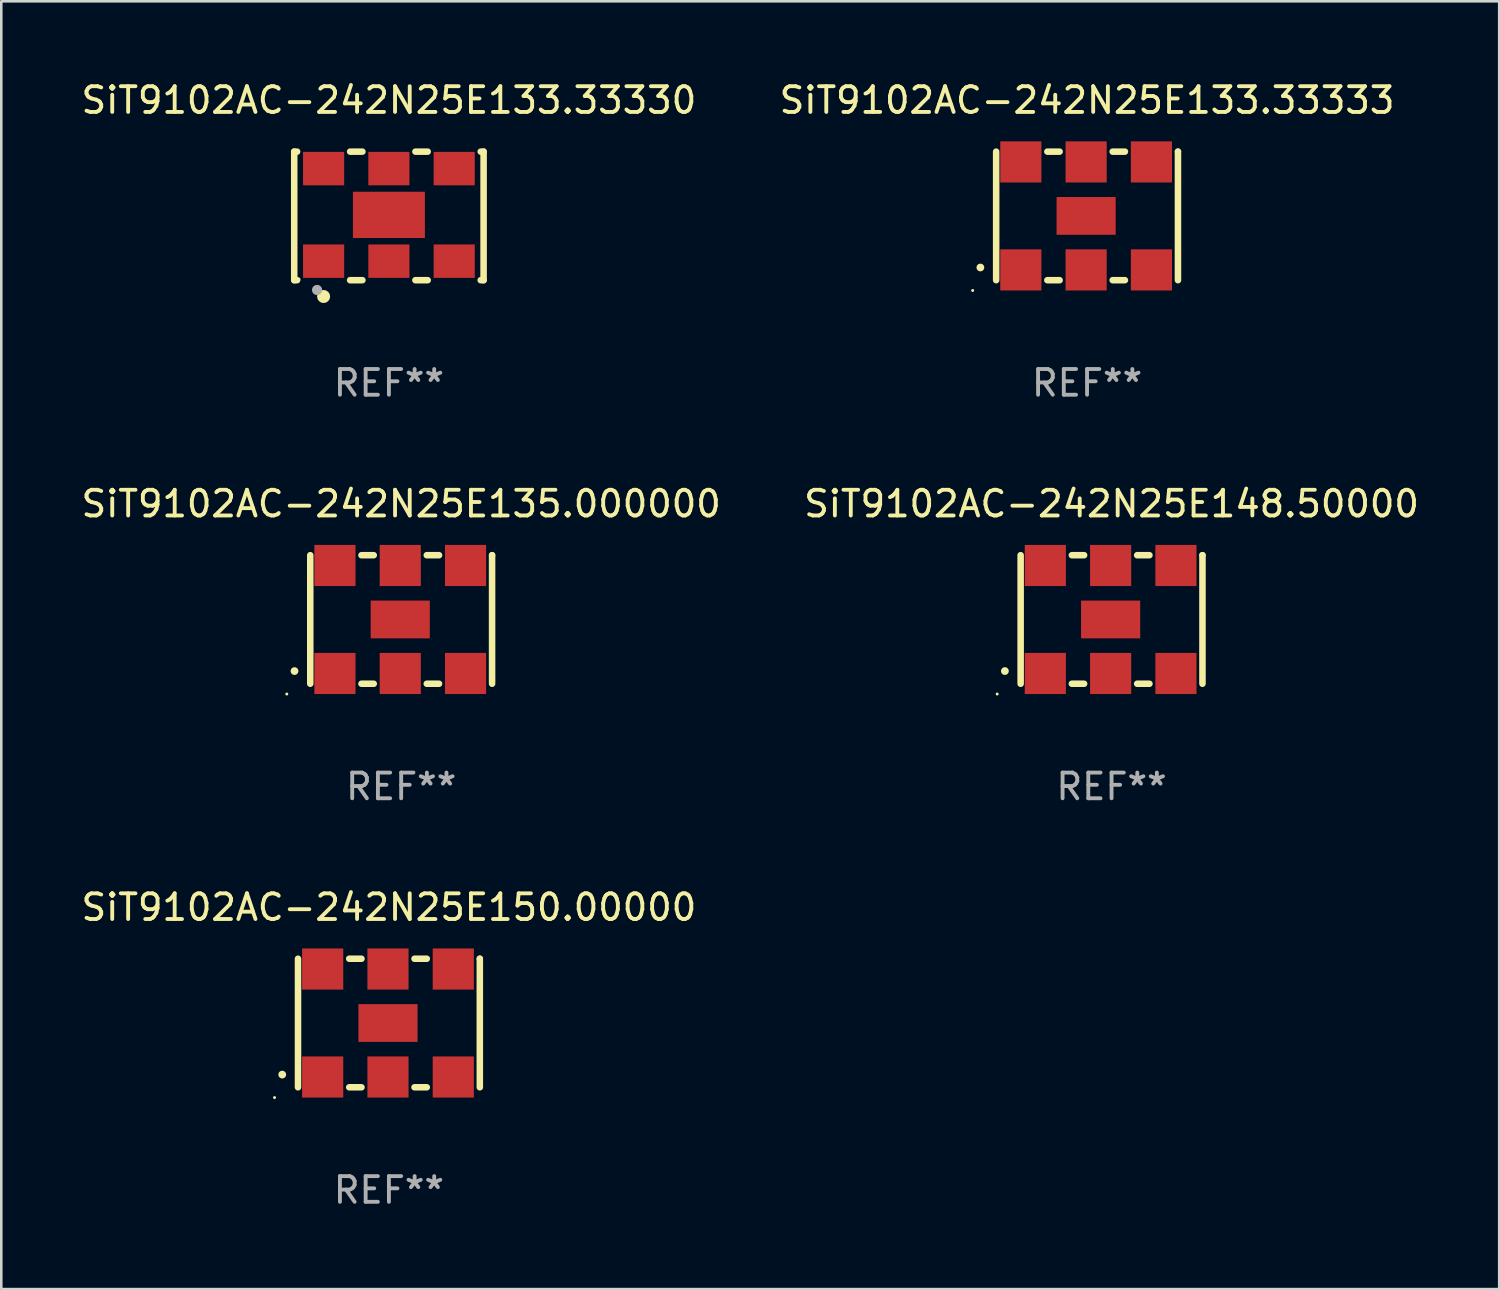
<source format=kicad_pcb>
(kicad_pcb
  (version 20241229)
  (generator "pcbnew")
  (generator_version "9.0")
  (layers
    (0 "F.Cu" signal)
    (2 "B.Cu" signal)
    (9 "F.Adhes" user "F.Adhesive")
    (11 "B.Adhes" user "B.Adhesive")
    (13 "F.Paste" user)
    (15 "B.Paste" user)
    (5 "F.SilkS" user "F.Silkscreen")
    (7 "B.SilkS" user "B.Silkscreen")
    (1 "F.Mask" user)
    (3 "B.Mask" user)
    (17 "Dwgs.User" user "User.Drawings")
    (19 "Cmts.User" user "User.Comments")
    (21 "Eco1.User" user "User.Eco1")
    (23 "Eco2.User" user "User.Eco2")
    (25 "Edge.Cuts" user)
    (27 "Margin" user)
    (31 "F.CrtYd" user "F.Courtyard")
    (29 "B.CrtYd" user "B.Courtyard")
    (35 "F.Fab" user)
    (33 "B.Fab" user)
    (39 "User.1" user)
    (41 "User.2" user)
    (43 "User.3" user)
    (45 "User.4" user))
  (footprint "SiT9102AC-242N25E133.33330"
    (layer "F.Cu")
    (at 12.077 5.348)
    (property "Reference" "SiT9102AC-242N25E133.33330" (at 0 -4.5 0) (layer "F.SilkS") (effects (font (size 1 1) (thickness 0.15))))
    (attr through_hole)
    (fp_line (start -3.683 -2.5) (end -3.571 -2.5) (stroke (width 0.254) (type solid)) (layer "F.SilkS"))
    (fp_line (start -3.683 2.5) (end -3.683 -2.5) (stroke (width 0.254) (type solid)) (layer "F.SilkS"))
    (fp_line (start -3.683 2.5) (end -3.571 2.5) (stroke (width 0.254) (type solid)) (layer "F.SilkS"))
    (fp_line (start -1.509 -2.5) (end -1.031 -2.5) (stroke (width 0.254) (type solid)) (layer "F.SilkS"))
    (fp_line (start -1.509 2.5) (end -1.031 2.5) (stroke (width 0.254) (type solid)) (layer "F.SilkS"))
    (fp_line (start 1.031 -2.5) (end 1.509 -2.5) (stroke (width 0.254) (type solid)) (layer "F.SilkS"))
    (fp_line (start 1.031 2.5) (end 1.509 2.5) (stroke (width 0.254) (type solid)) (layer "F.SilkS"))
    (fp_line (start 3.571 -2.5) (end 3.683 -2.5) (stroke (width 0.254) (type solid)) (layer "F.SilkS"))
    (fp_line (start 3.571 2.5) (end 3.683 2.5) (stroke (width 0.254) (type solid)) (layer "F.SilkS"))
    (fp_line (start 3.683 2.5) (end 3.683 -2.5) (stroke (width 0.254) (type solid)) (layer "F.SilkS"))
    (fp_circle (center -3.5 2.46) (end -3.47 2.46) (stroke (width 0.06) (type solid)) (fill no) (layer "F.SilkS"))
    (fp_circle (center -2.54 3.135) (end -2.413 3.135) (stroke (width 0.254) (type solid)) (fill no) (layer "F.SilkS"))
    (fp_circle (center -2.794 2.881) (end -2.694 2.881) (stroke (width 0.2) (type solid)) (fill no) (layer "F.Fab"))
    (fp_text user "REF**" (at 0 6.5 0) (layer "F.Fab") (effects (font (size 1 1) (thickness 0.15))))
    (pad "1" smd rect (at -2.54 1.76) (size 1.6 1.3) (layers "F.Cu" "F.Mask" "F.Paste"))
    (pad "2" smd rect (at 0 1.76) (size 1.6 1.3) (layers "F.Cu" "F.Mask" "F.Paste"))
    (pad "3" smd rect (at 2.54 1.76) (size 1.6 1.3) (layers "F.Cu" "F.Mask" "F.Paste"))
    (pad "4" smd rect (at 2.54 -1.84) (size 1.6 1.3) (layers "F.Cu" "F.Mask" "F.Paste"))
    (pad "5" smd rect (at 0 -1.84) (size 1.6 1.3) (layers "F.Cu" "F.Mask" "F.Paste"))
    (pad "6" smd rect (at -2.54 -1.84) (size 1.6 1.3) (layers "F.Cu" "F.Mask" "F.Paste"))
    (pad "7" smd rect (at 0 -0.04) (size 2.8 1.8) (layers "F.Cu" "F.Mask" "F.Paste")))
  (footprint "SiT9102AC-242N25E135.000000"
    (layer "F.Cu")
    (at 12.554 21.045)
    (property "Reference" "SiT9102AC-242N25E135.000000" (at 0 -4.5 0) (layer "F.SilkS") (effects (font (size 1 1) (thickness 0.15))))
    (attr through_hole)
    (fp_line (start -3.536 -2.5) (end -3.536 2.5) (stroke (width 0.254) (type solid)) (layer "F.SilkS"))
    (fp_line (start -1.544 2.5) (end -1.067 2.5) (stroke (width 0.254) (type solid)) (layer "F.SilkS"))
    (fp_line (start -1.067 -2.5) (end -1.544 -2.5) (stroke (width 0.254) (type solid)) (layer "F.SilkS"))
    (fp_line (start 0.996 2.5) (end 1.473 2.5) (stroke (width 0.254) (type solid)) (layer "F.SilkS"))
    (fp_line (start 1.473 -2.5) (end 0.996 -2.5) (stroke (width 0.254) (type solid)) (layer "F.SilkS"))
    (fp_line (start 3.536 -2.5) (end 3.536 -2.5) (stroke (width 0.254) (type solid)) (layer "F.SilkS"))
    (fp_line (start 3.536 2.5) (end 3.536 -2.5) (stroke (width 0.254) (type solid)) (layer "F.SilkS"))
    (fp_arc (start -4.150432 2.006604) (mid -4.149162 2.006599) (end -4.147892 2.006604) (stroke (width 0.3) (type solid)) (layer "F.SilkS"))
    (fp_circle (center -4.449 2.9) (end -4.419 2.9) (stroke (width 0.06) (type solid)) (fill no) (layer "F.SilkS"))
    (fp_text user "REF**" (at 0 6.5 0) (layer "F.Fab") (effects (font (size 1 1) (thickness 0.15))))
    (pad "1" smd rect (at -2.576 2.1) (size 1.6 1.6) (layers "F.Cu" "F.Mask" "F.Paste"))
    (pad "2" smd rect (at -0.036 2.1) (size 1.6 1.6) (layers "F.Cu" "F.Mask" "F.Paste"))
    (pad "3" smd rect (at 2.504 2.1) (size 1.6 1.6) (layers "F.Cu" "F.Mask" "F.Paste"))
    (pad "4" smd rect (at 2.504 -2.1) (size 1.6 1.6) (layers "F.Cu" "F.Mask" "F.Paste"))
    (pad "5" smd rect (at -0.036 -2.1) (size 1.6 1.6) (layers "F.Cu" "F.Mask" "F.Paste"))
    (pad "6" smd rect (at -2.576 -2.1) (size 1.6 1.6) (layers "F.Cu" "F.Mask" "F.Paste"))
    (pad "7" smd rect (at -0.036 0) (size 2.3 1.47) (layers "F.Cu" "F.Mask" "F.Paste")))
  (footprint "SiT9102AC-242N25E150.00000"
    (layer "F.Cu")
    (at 12.077 36.741)
    (property "Reference" "SiT9102AC-242N25E150.00000" (at 0 -4.5 0) (layer "F.SilkS") (effects (font (size 1 1) (thickness 0.15))))
    (attr through_hole)
    (fp_line (start -3.536 -2.5) (end -3.536 2.5) (stroke (width 0.254) (type solid)) (layer "F.SilkS"))
    (fp_line (start -1.544 2.5) (end -1.067 2.5) (stroke (width 0.254) (type solid)) (layer "F.SilkS"))
    (fp_line (start -1.067 -2.5) (end -1.544 -2.5) (stroke (width 0.254) (type solid)) (layer "F.SilkS"))
    (fp_line (start 0.996 2.5) (end 1.473 2.5) (stroke (width 0.254) (type solid)) (layer "F.SilkS"))
    (fp_line (start 1.473 -2.5) (end 0.996 -2.5) (stroke (width 0.254) (type solid)) (layer "F.SilkS"))
    (fp_line (start 3.536 -2.5) (end 3.536 -2.5) (stroke (width 0.254) (type solid)) (layer "F.SilkS"))
    (fp_line (start 3.536 2.5) (end 3.536 -2.5) (stroke (width 0.254) (type solid)) (layer "F.SilkS"))
    (fp_arc (start -4.150432 2.006604) (mid -4.149162 2.006599) (end -4.147892 2.006604) (stroke (width 0.3) (type solid)) (layer "F.SilkS"))
    (fp_circle (center -4.449 2.9) (end -4.419 2.9) (stroke (width 0.06) (type solid)) (fill no) (layer "F.SilkS"))
    (fp_text user "REF**" (at 0 6.5 0) (layer "F.Fab") (effects (font (size 1 1) (thickness 0.15))))
    (pad "1" smd rect (at -2.576 2.1) (size 1.6 1.6) (layers "F.Cu" "F.Mask" "F.Paste"))
    (pad "2" smd rect (at -0.036 2.1) (size 1.6 1.6) (layers "F.Cu" "F.Mask" "F.Paste"))
    (pad "3" smd rect (at 2.504 2.1) (size 1.6 1.6) (layers "F.Cu" "F.Mask" "F.Paste"))
    (pad "4" smd rect (at 2.504 -2.1) (size 1.6 1.6) (layers "F.Cu" "F.Mask" "F.Paste"))
    (pad "5" smd rect (at -0.036 -2.1) (size 1.6 1.6) (layers "F.Cu" "F.Mask" "F.Paste"))
    (pad "6" smd rect (at -2.576 -2.1) (size 1.6 1.6) (layers "F.Cu" "F.Mask" "F.Paste"))
    (pad "7" smd rect (at -0.036 0) (size 2.3 1.47) (layers "F.Cu" "F.Mask" "F.Paste")))
  (footprint "SiT9102AC-242N25E148.50000"
    (layer "F.Cu")
    (at 40.185 21.045)
    (property "Reference" "SiT9102AC-242N25E148.50000" (at 0 -4.5 0) (layer "F.SilkS") (effects (font (size 1 1) (thickness 0.15))))
    (attr through_hole)
    (fp_line (start -3.536 -2.5) (end -3.536 2.5) (stroke (width 0.254) (type solid)) (layer "F.SilkS"))
    (fp_line (start -1.544 2.5) (end -1.067 2.5) (stroke (width 0.254) (type solid)) (layer "F.SilkS"))
    (fp_line (start -1.067 -2.5) (end -1.544 -2.5) (stroke (width 0.254) (type solid)) (layer "F.SilkS"))
    (fp_line (start 0.996 2.5) (end 1.473 2.5) (stroke (width 0.254) (type solid)) (layer "F.SilkS"))
    (fp_line (start 1.473 -2.5) (end 0.996 -2.5) (stroke (width 0.254) (type solid)) (layer "F.SilkS"))
    (fp_line (start 3.536 -2.5) (end 3.536 -2.5) (stroke (width 0.254) (type solid)) (layer "F.SilkS"))
    (fp_line (start 3.536 2.5) (end 3.536 -2.5) (stroke (width 0.254) (type solid)) (layer "F.SilkS"))
    (fp_arc (start -4.150432 2.006604) (mid -4.149162 2.006599) (end -4.147892 2.006604) (stroke (width 0.3) (type solid)) (layer "F.SilkS"))
    (fp_circle (center -4.449 2.9) (end -4.419 2.9) (stroke (width 0.06) (type solid)) (fill no) (layer "F.SilkS"))
    (fp_text user "REF**" (at 0 6.5 0) (layer "F.Fab") (effects (font (size 1 1) (thickness 0.15))))
    (pad "1" smd rect (at -2.576 2.1) (size 1.6 1.6) (layers "F.Cu" "F.Mask" "F.Paste"))
    (pad "2" smd rect (at -0.036 2.1) (size 1.6 1.6) (layers "F.Cu" "F.Mask" "F.Paste"))
    (pad "3" smd rect (at 2.504 2.1) (size 1.6 1.6) (layers "F.Cu" "F.Mask" "F.Paste"))
    (pad "4" smd rect (at 2.504 -2.1) (size 1.6 1.6) (layers "F.Cu" "F.Mask" "F.Paste"))
    (pad "5" smd rect (at -0.036 -2.1) (size 1.6 1.6) (layers "F.Cu" "F.Mask" "F.Paste"))
    (pad "6" smd rect (at -2.576 -2.1) (size 1.6 1.6) (layers "F.Cu" "F.Mask" "F.Paste"))
    (pad "7" smd rect (at -0.036 0) (size 2.3 1.47) (layers "F.Cu" "F.Mask" "F.Paste")))
  (footprint "SiT9102AC-242N25E133.33333"
    (layer "F.Cu")
    (at 39.232 5.348)
    (property "Reference" "SiT9102AC-242N25E133.33333" (at 0 -4.5 0) (layer "F.SilkS") (effects (font (size 1 1) (thickness 0.15))))
    (attr through_hole)
    (fp_line (start -3.536 -2.5) (end -3.536 2.5) (stroke (width 0.254) (type solid)) (layer "F.SilkS"))
    (fp_line (start -1.544 2.5) (end -1.067 2.5) (stroke (width 0.254) (type solid)) (layer "F.SilkS"))
    (fp_line (start -1.067 -2.5) (end -1.544 -2.5) (stroke (width 0.254) (type solid)) (layer "F.SilkS"))
    (fp_line (start 0.996 2.5) (end 1.473 2.5) (stroke (width 0.254) (type solid)) (layer "F.SilkS"))
    (fp_line (start 1.473 -2.5) (end 0.996 -2.5) (stroke (width 0.254) (type solid)) (layer "F.SilkS"))
    (fp_line (start 3.536 -2.5) (end 3.536 -2.5) (stroke (width 0.254) (type solid)) (layer "F.SilkS"))
    (fp_line (start 3.536 2.5) (end 3.536 -2.5) (stroke (width 0.254) (type solid)) (layer "F.SilkS"))
    (fp_arc (start -4.150432 2.006604) (mid -4.149162 2.006599) (end -4.147892 2.006604) (stroke (width 0.3) (type solid)) (layer "F.SilkS"))
    (fp_circle (center -4.449 2.9) (end -4.419 2.9) (stroke (width 0.06) (type solid)) (fill no) (layer "F.SilkS"))
    (fp_text user "REF**" (at 0 6.5 0) (layer "F.Fab") (effects (font (size 1 1) (thickness 0.15))))
    (pad "1" smd rect (at -2.576 2.1) (size 1.6 1.6) (layers "F.Cu" "F.Mask" "F.Paste"))
    (pad "2" smd rect (at -0.036 2.1) (size 1.6 1.6) (layers "F.Cu" "F.Mask" "F.Paste"))
    (pad "3" smd rect (at 2.504 2.1) (size 1.6 1.6) (layers "F.Cu" "F.Mask" "F.Paste"))
    (pad "4" smd rect (at 2.504 -2.1) (size 1.6 1.6) (layers "F.Cu" "F.Mask" "F.Paste"))
    (pad "5" smd rect (at -0.036 -2.1) (size 1.6 1.6) (layers "F.Cu" "F.Mask" "F.Paste"))
    (pad "6" smd rect (at -2.576 -2.1) (size 1.6 1.6) (layers "F.Cu" "F.Mask" "F.Paste"))
    (pad "7" smd rect (at -0.036 0) (size 2.3 1.47) (layers "F.Cu" "F.Mask" "F.Paste")))
  (gr_rect
    (start -3 -3)
    (end 55.262 47.09)
    (stroke (width 0.1) (type default))
    (fill no)
    (layer "Edge.Cuts")))
</source>
